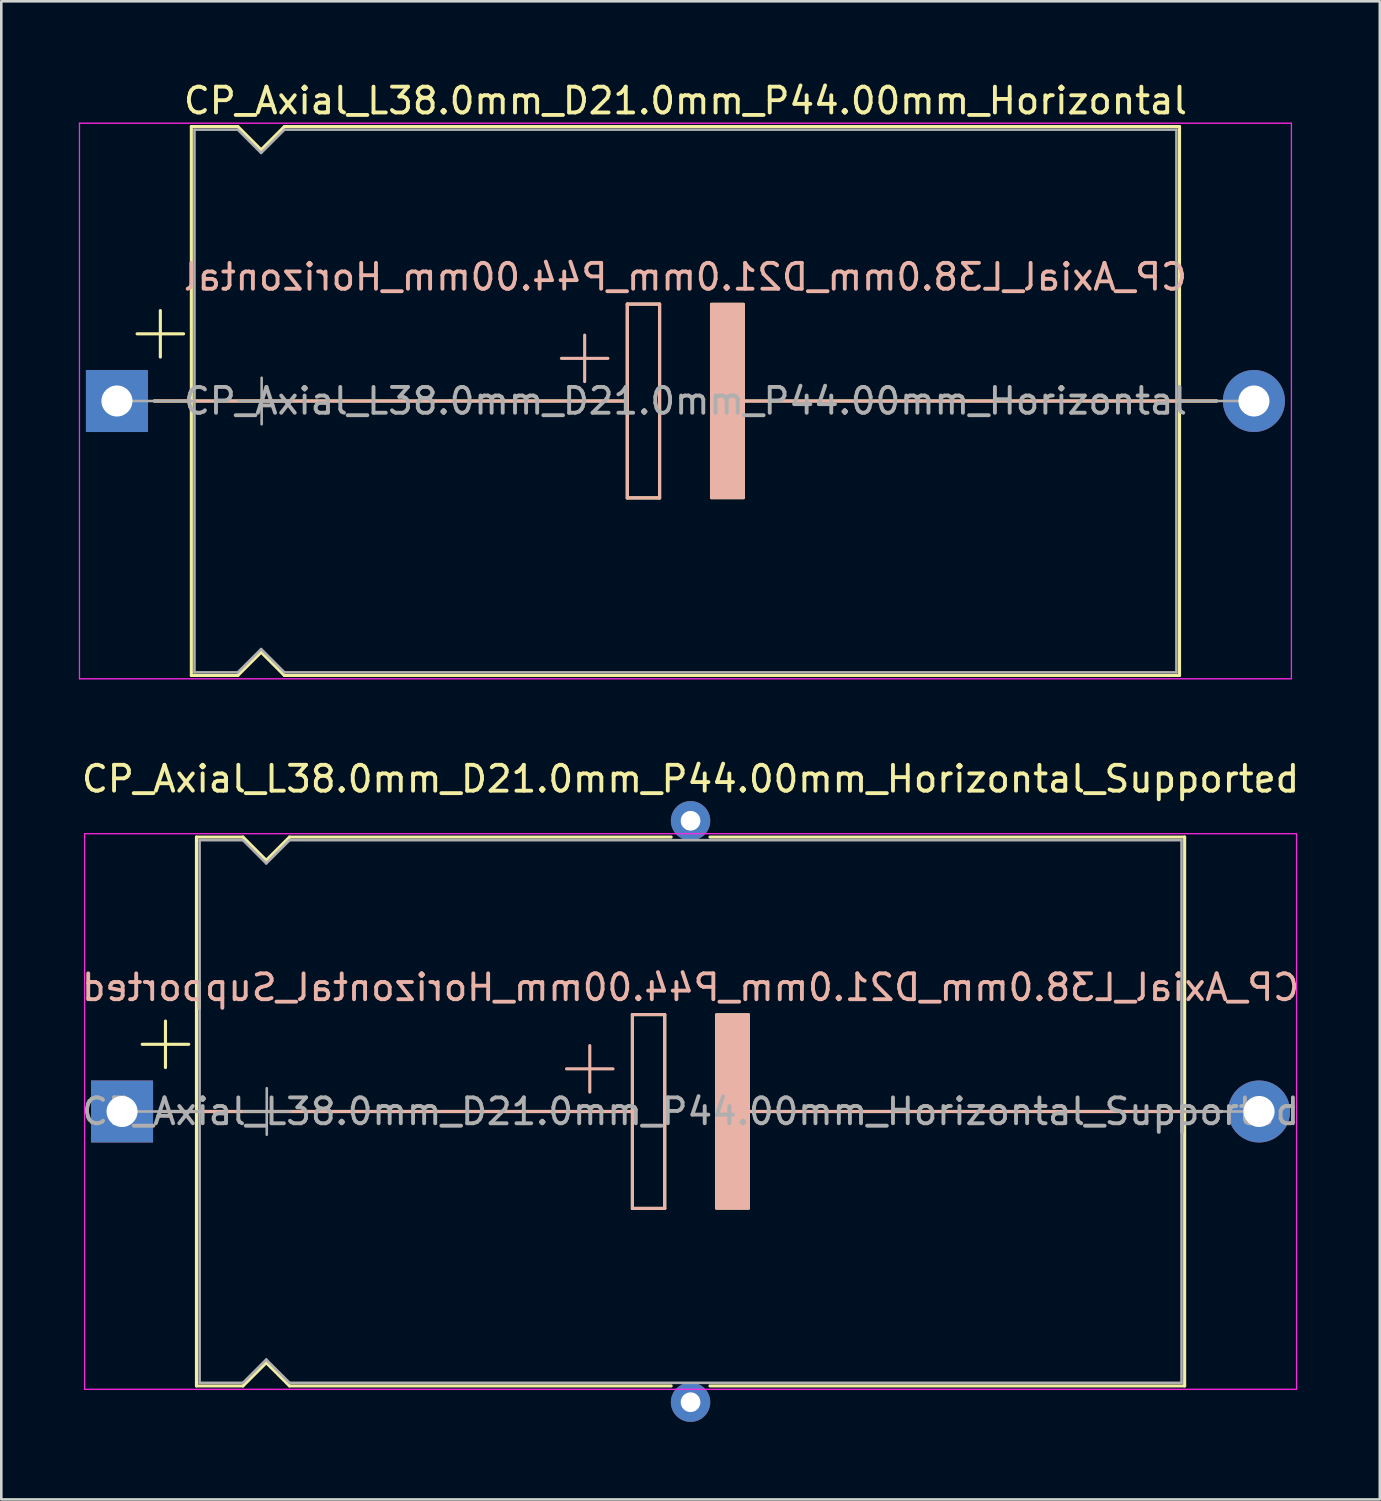
<source format=kicad_pcb>
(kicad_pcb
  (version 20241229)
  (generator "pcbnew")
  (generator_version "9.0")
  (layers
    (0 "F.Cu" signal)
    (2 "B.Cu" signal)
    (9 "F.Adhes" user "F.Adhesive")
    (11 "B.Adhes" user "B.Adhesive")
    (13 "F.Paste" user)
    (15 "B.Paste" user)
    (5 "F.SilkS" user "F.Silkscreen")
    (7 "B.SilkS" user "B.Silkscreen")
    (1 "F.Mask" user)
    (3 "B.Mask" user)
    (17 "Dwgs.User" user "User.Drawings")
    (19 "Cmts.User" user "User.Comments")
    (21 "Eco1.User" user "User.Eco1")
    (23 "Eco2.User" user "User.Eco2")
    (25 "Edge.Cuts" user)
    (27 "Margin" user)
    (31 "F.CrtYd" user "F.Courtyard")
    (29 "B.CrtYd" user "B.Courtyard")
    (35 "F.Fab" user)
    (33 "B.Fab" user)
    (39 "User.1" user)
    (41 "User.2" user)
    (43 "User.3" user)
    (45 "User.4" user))
  (footprint "CP_Axial_L38.0mm_D21.0mm_P44.00mm_Horizontal_Supported"
    (layer "F.Cu")
    (at 1.673 39.962)
    (property "Reference" "CP_Axial_L38.0mm_D21.0mm_P44.00mm_Horizontal_Supported" (at 22 -12.87 0) (layer "F.SilkS") (effects (font (size 1 1) (thickness 0.15))))
    (fp_line (start 0.78 -2.6) (end 2.58 -2.6) (stroke (width 0.12) (type solid)) (layer "F.SilkS"))
    (fp_line (start 1.44 0) (end 2.88 0) (stroke (width 0.12) (type solid)) (layer "F.SilkS"))
    (fp_line (start 1.68 -3.5) (end 1.68 -1.7) (stroke (width 0.12) (type solid)) (layer "F.SilkS"))
    (fp_line (start 2.88 -10.62) (end 2.88 10.62) (stroke (width 0.12) (type solid)) (layer "F.SilkS"))
    (fp_line (start 2.88 -10.62) (end 4.68 -10.62) (stroke (width 0.12) (type solid)) (layer "F.SilkS"))
    (fp_line (start 2.88 0) (end 19.75 0) (stroke (width 0.12) (type solid)) (layer "F.SilkS"))
    (fp_line (start 2.88 10.62) (end 4.68 10.62) (stroke (width 0.12) (type solid)) (layer "F.SilkS"))
    (fp_line (start 4.68 -10.62) (end 5.58 -9.72) (stroke (width 0.12) (type solid)) (layer "F.SilkS"))
    (fp_line (start 4.68 10.62) (end 5.58 9.72) (stroke (width 0.12) (type solid)) (layer "F.SilkS"))
    (fp_line (start 5.58 -9.72) (end 6.48 -10.62) (stroke (width 0.12) (type solid)) (layer "F.SilkS"))
    (fp_line (start 5.58 9.72) (end 6.48 10.62) (stroke (width 0.12) (type solid)) (layer "F.SilkS"))
    (fp_line (start 6.48 -10.62) (end 21.25 -10.62) (stroke (width 0.12) (type solid)) (layer "F.SilkS"))
    (fp_line (start 6.48 10.62) (end 21.25 10.62) (stroke (width 0.12) (type solid)) (layer "F.SilkS"))
    (fp_line (start 19.75 -3.75) (end 21 -3.75) (stroke (width 0.12) (type solid)) (layer "F.SilkS"))
    (fp_line (start 19.75 0) (end 19.75 -3.75) (stroke (width 0.12) (type solid)) (layer "F.SilkS"))
    (fp_line (start 19.75 3.75) (end 19.75 0) (stroke (width 0.12) (type solid)) (layer "F.SilkS"))
    (fp_line (start 21 -3.75) (end 21 3.75) (stroke (width 0.12) (type solid)) (layer "F.SilkS"))
    (fp_line (start 21 3.75) (end 19.75 3.75) (stroke (width 0.12) (type solid)) (layer "F.SilkS"))
    (fp_line (start 22.75 -10.62) (end 41.12 -10.62) (stroke (width 0.12) (type solid)) (layer "F.SilkS"))
    (fp_line (start 22.75 10.62) (end 41.12 10.62) (stroke (width 0.12) (type solid)) (layer "F.SilkS"))
    (fp_line (start 24.25 0) (end 41.12 0) (stroke (width 0.12) (type solid)) (layer "F.SilkS"))
    (fp_line (start 41.12 -10.62) (end 41.12 10.62) (stroke (width 0.12) (type solid)) (layer "F.SilkS"))
    (fp_line (start 42.56 0) (end 41.12 0) (stroke (width 0.12) (type solid)) (layer "F.SilkS"))
    (fp_poly (pts (xy 24.25 3.75) (xy 23 3.75) (xy 23 -3.75) (xy 24.25 -3.75)) (stroke (width 0.1) (type solid)) (fill yes) (layer "F.SilkS"))
    (fp_line (start 1.45 0) (end 12.88 0) (stroke (width 0.12) (type solid)) (layer "B.SilkS"))
    (fp_line (start 12.88 0) (end 19.75 0) (stroke (width 0.12) (type solid)) (layer "B.SilkS"))
    (fp_line (start 18.1 -2.55) (end 18.1 -0.75) (stroke (width 0.12) (type solid)) (layer "B.SilkS"))
    (fp_line (start 19 -1.65) (end 17.2 -1.65) (stroke (width 0.12) (type solid)) (layer "B.SilkS"))
    (fp_line (start 19.75 -3.75) (end 21 -3.75) (stroke (width 0.12) (type solid)) (layer "B.SilkS"))
    (fp_line (start 19.75 0) (end 19.75 -3.75) (stroke (width 0.12) (type solid)) (layer "B.SilkS"))
    (fp_line (start 19.75 3.75) (end 19.75 0) (stroke (width 0.12) (type solid)) (layer "B.SilkS"))
    (fp_line (start 21 -3.75) (end 21 3.75) (stroke (width 0.12) (type solid)) (layer "B.SilkS"))
    (fp_line (start 21 3.75) (end 19.75 3.75) (stroke (width 0.12) (type solid)) (layer "B.SilkS"))
    (fp_line (start 24.25 0) (end 31.12 0) (stroke (width 0.12) (type solid)) (layer "B.SilkS"))
    (fp_line (start 42.55 0) (end 31.12 0) (stroke (width 0.12) (type solid)) (layer "B.SilkS"))
    (fp_poly (pts (xy 24.25 3.75) (xy 23 3.75) (xy 23 -3.75) (xy 24.25 -3.75)) (stroke (width 0.1) (type solid)) (fill yes) (layer "B.SilkS"))
    (fp_line (start -1.45 -10.75) (end -1.45 10.75) (stroke (width 0.05) (type solid)) (layer "F.CrtYd"))
    (fp_line (start -1.45 10.75) (end 45.45 10.75) (stroke (width 0.05) (type solid)) (layer "F.CrtYd"))
    (fp_line (start 45.45 -10.75) (end -1.45 -10.75) (stroke (width 0.05) (type solid)) (layer "F.CrtYd"))
    (fp_line (start 45.45 10.75) (end 45.45 -10.75) (stroke (width 0.05) (type solid)) (layer "F.CrtYd"))
    (fp_line (start 0 0) (end 3 0) (stroke (width 0.1) (type solid)) (layer "F.Fab"))
    (fp_line (start 3 -10.5) (end 3 10.5) (stroke (width 0.1) (type solid)) (layer "F.Fab"))
    (fp_line (start 3 -10.5) (end 4.68 -10.5) (stroke (width 0.1) (type solid)) (layer "F.Fab"))
    (fp_line (start 3 10.5) (end 4.68 10.5) (stroke (width 0.1) (type solid)) (layer "F.Fab"))
    (fp_line (start 4.68 -10.5) (end 5.58 -9.6) (stroke (width 0.1) (type solid)) (layer "F.Fab"))
    (fp_line (start 4.68 10.5) (end 5.58 9.6) (stroke (width 0.1) (type solid)) (layer "F.Fab"))
    (fp_line (start 4.7 0) (end 6.5 0) (stroke (width 0.1) (type solid)) (layer "F.Fab"))
    (fp_line (start 5.58 -9.6) (end 6.48 -10.5) (stroke (width 0.1) (type solid)) (layer "F.Fab"))
    (fp_line (start 5.58 9.6) (end 6.48 10.5) (stroke (width 0.1) (type solid)) (layer "F.Fab"))
    (fp_line (start 5.6 -0.9) (end 5.6 0.9) (stroke (width 0.1) (type solid)) (layer "F.Fab"))
    (fp_line (start 6.48 -10.5) (end 41 -10.5) (stroke (width 0.1) (type solid)) (layer "F.Fab"))
    (fp_line (start 6.48 10.5) (end 41 10.5) (stroke (width 0.1) (type solid)) (layer "F.Fab"))
    (fp_line (start 41 -10.5) (end 41 10.5) (stroke (width 0.1) (type solid)) (layer "F.Fab"))
    (fp_line (start 44 0) (end 41 0) (stroke (width 0.1) (type solid)) (layer "F.Fab"))
    (fp_text user "${REFERENCE}" (at 22 -4.8 0) (layer "B.SilkS") (effects (font (size 1 1) (thickness 0.15)) (justify mirror)))
    (fp_text user "${REFERENCE}" (at 22 0 0) (layer "F.Fab") (effects (font (size 1 1) (thickness 0.15))))
    (pad "" thru_hole circle (at 22 -11.25) (size 1.524 1.524) (drill 0.762) (layers "*.Cu" "*.Mask"))
    (pad "" thru_hole circle (at 22 11.25) (size 1.524 1.524) (drill 0.762) (layers "*.Cu" "*.Mask"))
    (pad "1" thru_hole rect (at 0 0) (size 2.4 2.4) (drill 1.2) (layers "*.Cu" "*.Mask"))
    (pad "2" thru_hole oval (at 44 0) (size 2.4 2.4) (drill 1.2) (layers "*.Cu" "*.Mask")))
  (footprint "CP_Axial_L38.0mm_D21.0mm_P44.00mm_Horizontal"
    (layer "F.Cu")
    (at 1.475 12.468)
    (property "Reference" "CP_Axial_L38.0mm_D21.0mm_P44.00mm_Horizontal" (at 22 -11.62 0) (layer "F.SilkS") (effects (font (size 1 1) (thickness 0.15))))
    (fp_line (start 0.78 -2.6) (end 2.58 -2.6) (stroke (width 0.12) (type solid)) (layer "F.SilkS"))
    (fp_line (start 1.44 0) (end 2.88 0) (stroke (width 0.12) (type solid)) (layer "F.SilkS"))
    (fp_line (start 1.68 -3.5) (end 1.68 -1.7) (stroke (width 0.12) (type solid)) (layer "F.SilkS"))
    (fp_line (start 2.88 -10.62) (end 2.88 10.62) (stroke (width 0.12) (type solid)) (layer "F.SilkS"))
    (fp_line (start 2.88 -10.62) (end 4.68 -10.62) (stroke (width 0.12) (type solid)) (layer "F.SilkS"))
    (fp_line (start 2.88 0) (end 19.75 0) (stroke (width 0.12) (type solid)) (layer "F.SilkS"))
    (fp_line (start 2.88 10.62) (end 4.68 10.62) (stroke (width 0.12) (type solid)) (layer "F.SilkS"))
    (fp_line (start 4.68 -10.62) (end 5.58 -9.72) (stroke (width 0.12) (type solid)) (layer "F.SilkS"))
    (fp_line (start 4.68 10.62) (end 5.58 9.72) (stroke (width 0.12) (type solid)) (layer "F.SilkS"))
    (fp_line (start 5.58 -9.72) (end 6.48 -10.62) (stroke (width 0.12) (type solid)) (layer "F.SilkS"))
    (fp_line (start 5.58 9.72) (end 6.48 10.62) (stroke (width 0.12) (type solid)) (layer "F.SilkS"))
    (fp_line (start 6.48 -10.62) (end 41.12 -10.62) (stroke (width 0.12) (type solid)) (layer "F.SilkS"))
    (fp_line (start 6.48 10.62) (end 41.12 10.62) (stroke (width 0.12) (type solid)) (layer "F.SilkS"))
    (fp_line (start 19.75 -3.75) (end 21 -3.75) (stroke (width 0.12) (type solid)) (layer "F.SilkS"))
    (fp_line (start 19.75 0) (end 19.75 -3.75) (stroke (width 0.12) (type solid)) (layer "F.SilkS"))
    (fp_line (start 19.75 3.75) (end 19.75 0) (stroke (width 0.12) (type solid)) (layer "F.SilkS"))
    (fp_line (start 21 -3.75) (end 21 3.75) (stroke (width 0.12) (type solid)) (layer "F.SilkS"))
    (fp_line (start 21 3.75) (end 19.75 3.75) (stroke (width 0.12) (type solid)) (layer "F.SilkS"))
    (fp_line (start 24.25 0) (end 41.12 0) (stroke (width 0.12) (type solid)) (layer "F.SilkS"))
    (fp_line (start 41.12 -10.62) (end 41.12 10.62) (stroke (width 0.12) (type solid)) (layer "F.SilkS"))
    (fp_line (start 42.56 0) (end 41.12 0) (stroke (width 0.12) (type solid)) (layer "F.SilkS"))
    (fp_poly (pts (xy 24.25 3.75) (xy 23 3.75) (xy 23 -3.75) (xy 24.25 -3.75)) (stroke (width 0.1) (type solid)) (fill yes) (layer "F.SilkS"))
    (fp_line (start 1.45 0) (end 12.88 0) (stroke (width 0.12) (type solid)) (layer "B.SilkS"))
    (fp_line (start 12.88 0) (end 19.75 0) (stroke (width 0.12) (type solid)) (layer "B.SilkS"))
    (fp_line (start 18.1 -2.55) (end 18.1 -0.75) (stroke (width 0.12) (type solid)) (layer "B.SilkS"))
    (fp_line (start 19 -1.65) (end 17.2 -1.65) (stroke (width 0.12) (type solid)) (layer "B.SilkS"))
    (fp_line (start 19.75 -3.75) (end 21 -3.75) (stroke (width 0.12) (type solid)) (layer "B.SilkS"))
    (fp_line (start 19.75 0) (end 19.75 -3.75) (stroke (width 0.12) (type solid)) (layer "B.SilkS"))
    (fp_line (start 19.75 3.75) (end 19.75 0) (stroke (width 0.12) (type solid)) (layer "B.SilkS"))
    (fp_line (start 21 -3.75) (end 21 3.75) (stroke (width 0.12) (type solid)) (layer "B.SilkS"))
    (fp_line (start 21 3.75) (end 19.75 3.75) (stroke (width 0.12) (type solid)) (layer "B.SilkS"))
    (fp_line (start 24.25 0) (end 31.12 0) (stroke (width 0.12) (type solid)) (layer "B.SilkS"))
    (fp_line (start 42.55 0) (end 31.12 0) (stroke (width 0.12) (type solid)) (layer "B.SilkS"))
    (fp_poly (pts (xy 24.25 3.75) (xy 23 3.75) (xy 23 -3.75) (xy 24.25 -3.75)) (stroke (width 0.1) (type solid)) (fill yes) (layer "B.SilkS"))
    (fp_line (start -1.45 -10.75) (end -1.45 10.75) (stroke (width 0.05) (type solid)) (layer "F.CrtYd"))
    (fp_line (start -1.45 10.75) (end 45.45 10.75) (stroke (width 0.05) (type solid)) (layer "F.CrtYd"))
    (fp_line (start 45.45 -10.75) (end -1.45 -10.75) (stroke (width 0.05) (type solid)) (layer "F.CrtYd"))
    (fp_line (start 45.45 10.75) (end 45.45 -10.75) (stroke (width 0.05) (type solid)) (layer "F.CrtYd"))
    (fp_line (start 0 0) (end 3 0) (stroke (width 0.1) (type solid)) (layer "F.Fab"))
    (fp_line (start 3 -10.5) (end 3 10.5) (stroke (width 0.1) (type solid)) (layer "F.Fab"))
    (fp_line (start 3 -10.5) (end 4.68 -10.5) (stroke (width 0.1) (type solid)) (layer "F.Fab"))
    (fp_line (start 3 10.5) (end 4.68 10.5) (stroke (width 0.1) (type solid)) (layer "F.Fab"))
    (fp_line (start 4.68 -10.5) (end 5.58 -9.6) (stroke (width 0.1) (type solid)) (layer "F.Fab"))
    (fp_line (start 4.68 10.5) (end 5.58 9.6) (stroke (width 0.1) (type solid)) (layer "F.Fab"))
    (fp_line (start 4.7 0) (end 6.5 0) (stroke (width 0.1) (type solid)) (layer "F.Fab"))
    (fp_line (start 5.58 -9.6) (end 6.48 -10.5) (stroke (width 0.1) (type solid)) (layer "F.Fab"))
    (fp_line (start 5.58 9.6) (end 6.48 10.5) (stroke (width 0.1) (type solid)) (layer "F.Fab"))
    (fp_line (start 5.6 -0.9) (end 5.6 0.9) (stroke (width 0.1) (type solid)) (layer "F.Fab"))
    (fp_line (start 6.48 -10.5) (end 41 -10.5) (stroke (width 0.1) (type solid)) (layer "F.Fab"))
    (fp_line (start 6.48 10.5) (end 41 10.5) (stroke (width 0.1) (type solid)) (layer "F.Fab"))
    (fp_line (start 41 -10.5) (end 41 10.5) (stroke (width 0.1) (type solid)) (layer "F.Fab"))
    (fp_line (start 44 0) (end 41 0) (stroke (width 0.1) (type solid)) (layer "F.Fab"))
    (fp_text user "${REFERENCE}" (at 22 -4.8 0) (layer "B.SilkS") (effects (font (size 1 1) (thickness 0.15)) (justify mirror)))
    (fp_text user "${REFERENCE}" (at 22 0 0) (layer "F.Fab") (effects (font (size 1 1) (thickness 0.15))))
    (pad "1" thru_hole rect (at 0 0) (size 2.4 2.4) (drill 1.2) (layers "*.Cu" "*.Mask"))
    (pad "2" thru_hole oval (at 44 0) (size 2.4 2.4) (drill 1.2) (layers "*.Cu" "*.Mask")))
  (gr_rect
    (start -3 -3)
    (end 50.345 54.974)
    (stroke (width 0.1) (type default))
    (fill no)
    (layer "Edge.Cuts")))
</source>
